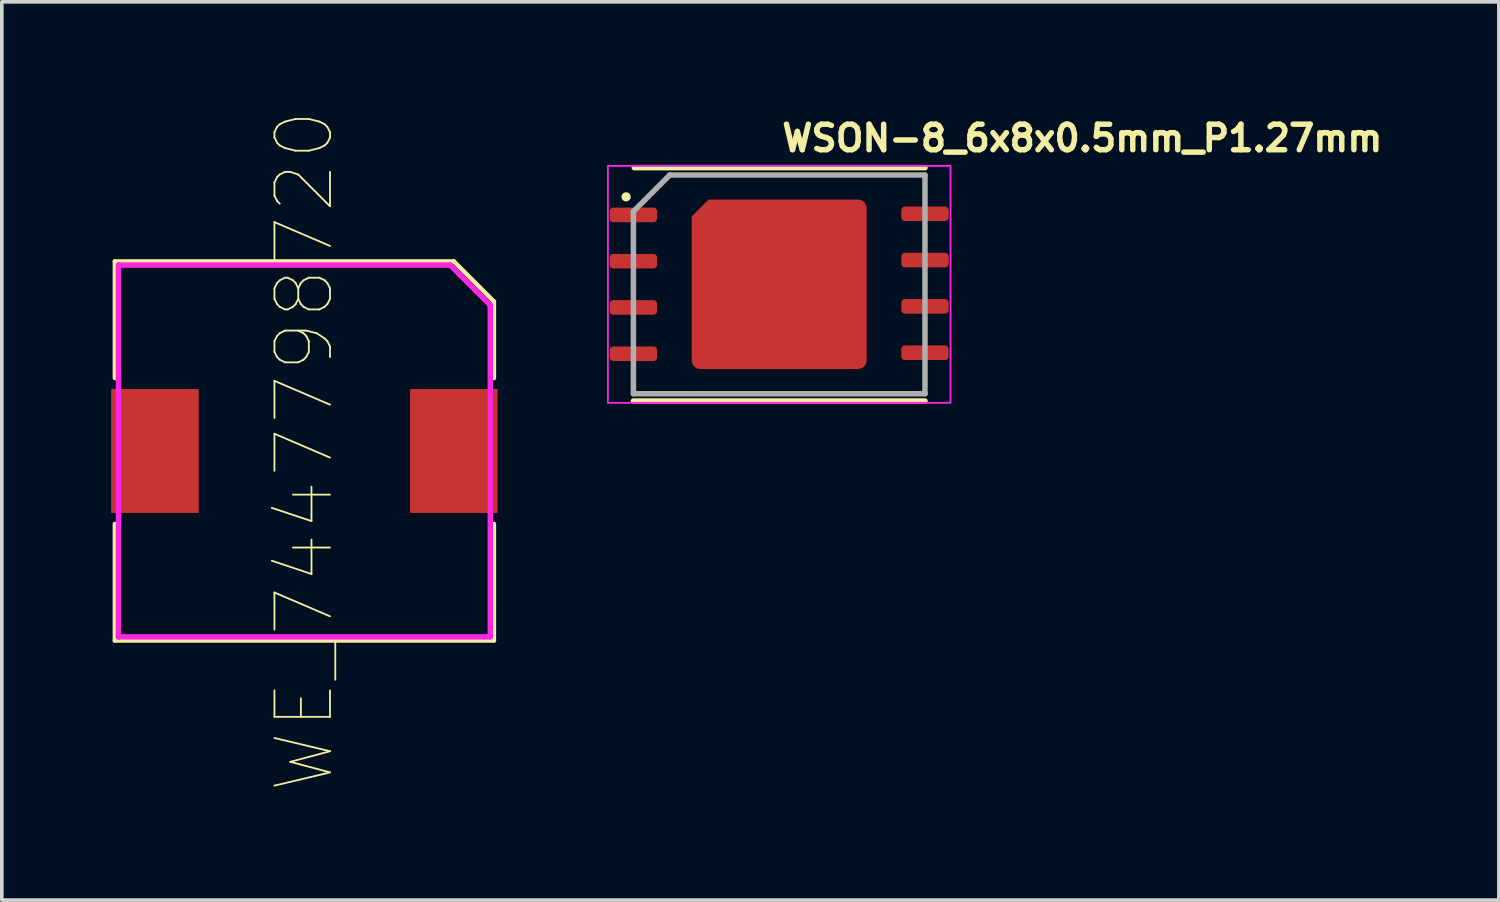
<source format=kicad_pcb>
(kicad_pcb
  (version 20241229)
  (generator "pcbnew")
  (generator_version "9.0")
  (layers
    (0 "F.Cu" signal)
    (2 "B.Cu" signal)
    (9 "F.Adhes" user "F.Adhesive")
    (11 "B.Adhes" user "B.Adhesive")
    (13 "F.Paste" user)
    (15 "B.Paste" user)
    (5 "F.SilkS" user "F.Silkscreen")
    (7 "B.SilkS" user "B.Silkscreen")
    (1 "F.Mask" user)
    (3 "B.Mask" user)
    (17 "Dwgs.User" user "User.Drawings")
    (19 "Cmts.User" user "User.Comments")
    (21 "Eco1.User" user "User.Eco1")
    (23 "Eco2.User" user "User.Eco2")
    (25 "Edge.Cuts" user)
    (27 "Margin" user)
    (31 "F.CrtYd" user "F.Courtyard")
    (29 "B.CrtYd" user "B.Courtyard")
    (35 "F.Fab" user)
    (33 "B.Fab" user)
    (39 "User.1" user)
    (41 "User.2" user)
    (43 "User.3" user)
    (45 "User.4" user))
  (footprint "WE_7447798720"
    (layer "F.Cu")
    (at 5.3 9.321)
    (property "Reference" "WE_7447798720" (at 0 0 90) (layer "F.SilkS") (effects (font (size 1.524 1.524) (thickness 0.05))))
    (attr smd)
    (fp_line (start -5.2 -5.2) (end 4.1 -5.2) (stroke (width 0.12) (type solid)) (layer "F.SilkS"))
    (fp_line (start -5.2 -2) (end -5.2 -5.2) (stroke (width 0.12) (type solid)) (layer "F.SilkS"))
    (fp_line (start -5.2 5.2) (end -5.2 2) (stroke (width 0.12) (type solid)) (layer "F.SilkS"))
    (fp_line (start 4.1 -5.2) (end 5.2 -4.1) (stroke (width 0.12) (type solid)) (layer "F.SilkS"))
    (fp_line (start 5.2 -4.1) (end 5.2 -2) (stroke (width 0.12) (type solid)) (layer "F.SilkS"))
    (fp_line (start 5.2 2) (end 5.2 4.2) (stroke (width 0.12) (type solid)) (layer "F.SilkS"))
    (fp_line (start 5.2 4.2) (end 5.2 5.2) (stroke (width 0.12) (type solid)) (layer "F.SilkS"))
    (fp_line (start 5.2 5.2) (end -5.2 5.2) (stroke (width 0.12) (type solid)) (layer "F.SilkS"))
    (fp_line (start -5.1 -5.1) (end -5.1 5.1) (stroke (width 0.15) (type solid)) (layer "F.CrtYd"))
    (fp_line (start -5.1 -5.1) (end 4 -5.1) (stroke (width 0.15) (type solid)) (layer "F.CrtYd"))
    (fp_line (start 5.1 -4) (end 4 -5.1) (stroke (width 0.15) (type solid)) (layer "F.CrtYd"))
    (fp_line (start 5.1 5.1) (end -5.1 5.1) (stroke (width 0.15) (type solid)) (layer "F.CrtYd"))
    (fp_line (start 5.1 5.1) (end 5.1 -4) (stroke (width 0.15) (type solid)) (layer "F.CrtYd"))
    (pad "1" smd rect (at -4.1 0 90) (size 3.4 2.4) (layers "F.Cu" "F.Mask" "F.Paste"))
    (pad "2" smd rect (at 4.1 0 90) (size 3.4 2.4) (layers "F.Cu" "F.Mask" "F.Paste")))
  (footprint "WSON-8_6x8x0.5mm_P1.27mm"
    (layer "F.Cu")
    (at 18.325 4.75)
    (property "Reference" "WSON-8_6x8x0.5mm_P1.27mm" (at 0 -3.6 0) (layer "F.SilkS") (effects (font (size 0.7 0.7) (thickness 0.15)) (justify left bottom)))
    (attr smd)
    (fp_line (start 4 -3.2) (end -3.975 -3.2) (stroke (width 0.15) (type solid)) (layer "F.SilkS"))
    (fp_line (start 4 3.2) (end -3.999 3.2) (stroke (width 0.15) (type solid)) (layer "F.SilkS"))
    (fp_circle (center -4.2 -2.4) (end -4.149 -2.4) (stroke (width 0.15) (type solid)) (fill yes) (layer "F.SilkS"))
    (fp_rect (start -4.7 -3.25) (end 4.7 3.25) (stroke (width 0.05) (type solid)) (fill no) (layer "F.CrtYd"))
    (fp_line (start -3.999 3.001) (end -3.999 -2) (stroke (width 0.15) (type solid)) (layer "F.Fab"))
    (fp_line (start -3.002 -2.999) (end -3.999 -2) (stroke (width 0.15) (type solid)) (layer "F.Fab"))
    (fp_line (start -3.002 -2.999) (end 3.999 -2.999) (stroke (width 0.15) (type solid)) (layer "F.Fab"))
    (fp_line (start 3.999 -2.999) (end 3.999 3.001) (stroke (width 0.15) (type solid)) (layer "F.Fab"))
    (fp_line (start 3.999 3.001) (end -3.999 3.001) (stroke (width 0.15) (type solid)) (layer "F.Fab"))
    (fp_rect (start -3.999 -2.998) (end 3.999 2.998) (stroke (width 0.1) (type solid)) (fill no) (layer "User.5"))
    (fp_line (start -3.999 -1.675) (end -3.999 -2.135) (stroke (width 0.02) (type solid)) (layer "User.9"))
    (fp_line (start -3.999 -1.675) (end -3.95 -1.675) (stroke (width 0.02) (type solid)) (layer "User.9"))
    (fp_line (start -3.999 -0.406) (end -3.999 -0.865) (stroke (width 0.02) (type solid)) (layer "User.9"))
    (fp_line (start -3.999 -0.406) (end -3.95 -0.406) (stroke (width 0.02) (type solid)) (layer "User.9"))
    (fp_line (start -3.999 0.865) (end -3.999 0.406) (stroke (width 0.02) (type solid)) (layer "User.9"))
    (fp_line (start -3.999 0.865) (end -3.95 0.865) (stroke (width 0.02) (type solid)) (layer "User.9"))
    (fp_line (start -3.999 2.134) (end -3.999 1.675) (stroke (width 0.02) (type solid)) (layer "User.9"))
    (fp_line (start -3.999 2.134) (end -3.95 2.134) (stroke (width 0.02) (type solid)) (layer "User.9"))
    (fp_line (start -3.95 -2.998) (end -3.95 2.998) (stroke (width 0.02) (type solid)) (layer "User.9"))
    (fp_line (start -3.95 -2.135) (end -3.999 -2.135) (stroke (width 0.02) (type solid)) (layer "User.9"))
    (fp_line (start -3.95 -0.865) (end -3.999 -0.865) (stroke (width 0.02) (type solid)) (layer "User.9"))
    (fp_line (start -3.95 0.406) (end -3.999 0.406) (stroke (width 0.02) (type solid)) (layer "User.9"))
    (fp_line (start -3.95 1.675) (end -3.999 1.675) (stroke (width 0.02) (type solid)) (layer "User.9"))
    (fp_line (start -3.95 2.998) (end 3.95 2.998) (stroke (width 0.02) (type solid)) (layer "User.9"))
    (fp_line (start -3.357 -1.915) (end -3.357 -1.905) (stroke (width 0.02) (type solid)) (layer "User.9"))
    (fp_line (start -3.357 -1.905) (end -3.357 -1.905) (stroke (width 0.02) (type solid)) (layer "User.9"))
    (fp_line (start -3.357 -1.905) (end -3.357 -1.895) (stroke (width 0.02) (type solid)) (layer "User.9"))
    (fp_line (start -3.357 -1.895) (end -3.357 -1.885) (stroke (width 0.02) (type solid)) (layer "User.9"))
    (fp_line (start -3.357 -1.927) (end -3.357 -1.915) (stroke (width 0.02) (type solid)) (layer "User.9"))
    (fp_line (start -3.357 -1.885) (end -3.356 -1.875) (stroke (width 0.02) (type solid)) (layer "User.9"))
    (fp_line (start -3.356 -1.935) (end -3.357 -1.927) (stroke (width 0.02) (type solid)) (layer "User.9"))
    (fp_line (start -3.356 -1.875) (end -3.353 -1.867) (stroke (width 0.02) (type solid)) (layer "User.9"))
    (fp_line (start -3.353 -1.944) (end -3.356 -1.935) (stroke (width 0.02) (type solid)) (layer "User.9"))
    (fp_line (start -3.353 -1.867) (end -3.352 -1.855) (stroke (width 0.02) (type solid)) (layer "User.9"))
    (fp_line (start -3.352 -1.956) (end -3.353 -1.944) (stroke (width 0.02) (type solid)) (layer "User.9"))
    (fp_line (start -3.352 -1.855) (end -3.349 -1.847) (stroke (width 0.02) (type solid)) (layer "User.9"))
    (fp_line (start -3.349 -1.964) (end -3.352 -1.956) (stroke (width 0.02) (type solid)) (layer "User.9"))
    (fp_line (start -3.349 -1.847) (end -3.345 -1.837) (stroke (width 0.02) (type solid)) (layer "User.9"))
    (fp_line (start -3.345 -1.974) (end -3.349 -1.964) (stroke (width 0.02) (type solid)) (layer "User.9"))
    (fp_line (start -3.345 -1.837) (end -3.341 -1.829) (stroke (width 0.02) (type solid)) (layer "User.9"))
    (fp_line (start -3.341 -1.982) (end -3.345 -1.974) (stroke (width 0.02) (type solid)) (layer "User.9"))
    (fp_line (start -3.341 -1.829) (end -3.338 -1.819) (stroke (width 0.02) (type solid)) (layer "User.9"))
    (fp_line (start -3.338 -1.992) (end -3.341 -1.982) (stroke (width 0.02) (type solid)) (layer "User.9"))
    (fp_line (start -3.338 -1.819) (end -3.333 -1.812) (stroke (width 0.02) (type solid)) (layer "User.9"))
    (fp_line (start -3.333 -2) (end -3.338 -1.992) (stroke (width 0.02) (type solid)) (layer "User.9"))
    (fp_line (start -3.333 -1.812) (end -3.329 -1.802) (stroke (width 0.02) (type solid)) (layer "User.9"))
    (fp_line (start -3.329 -2.009) (end -3.333 -2) (stroke (width 0.02) (type solid)) (layer "User.9"))
    (fp_line (start -3.329 -1.802) (end -3.324 -1.796) (stroke (width 0.02) (type solid)) (layer "User.9"))
    (fp_line (start -3.324 -2.015) (end -3.329 -2.009) (stroke (width 0.02) (type solid)) (layer "User.9"))
    (fp_line (start -3.324 -1.796) (end -3.318 -1.786) (stroke (width 0.02) (type solid)) (layer "User.9"))
    (fp_line (start -3.318 -2.025) (end -3.324 -2.015) (stroke (width 0.02) (type solid)) (layer "User.9"))
    (fp_line (start -3.318 -1.786) (end -3.312 -1.78) (stroke (width 0.02) (type solid)) (layer "User.9"))
    (fp_line (start -3.312 -2.03) (end -3.318 -2.025) (stroke (width 0.02) (type solid)) (layer "User.9"))
    (fp_line (start -3.312 -1.78) (end -3.307 -1.772) (stroke (width 0.02) (type solid)) (layer "User.9"))
    (fp_line (start -3.307 -2.038) (end -3.312 -2.03) (stroke (width 0.02) (type solid)) (layer "User.9"))
    (fp_line (start -3.307 -1.772) (end -3.3 -1.766) (stroke (width 0.02) (type solid)) (layer "User.9"))
    (fp_line (start -3.3 -2.046) (end -3.307 -2.038) (stroke (width 0.02) (type solid)) (layer "User.9"))
    (fp_line (start -3.3 -1.766) (end -3.293 -1.76) (stroke (width 0.02) (type solid)) (layer "User.9"))
    (fp_line (start -3.293 -2.051) (end -3.3 -2.046) (stroke (width 0.02) (type solid)) (layer "User.9"))
    (fp_line (start -3.293 -1.76) (end -3.287 -1.754) (stroke (width 0.02) (type solid)) (layer "User.9"))
    (fp_line (start -3.287 -2.058) (end -3.293 -2.051) (stroke (width 0.02) (type solid)) (layer "User.9"))
    (fp_line (start -3.287 -1.754) (end -3.28 -1.748) (stroke (width 0.02) (type solid)) (layer "User.9"))
    (fp_line (start -3.28 -2.063) (end -3.287 -2.058) (stroke (width 0.02) (type solid)) (layer "User.9"))
    (fp_line (start -3.28 -1.748) (end -3.272 -1.742) (stroke (width 0.02) (type solid)) (layer "User.9"))
    (fp_line (start -3.272 -2.07) (end -3.28 -2.063) (stroke (width 0.02) (type solid)) (layer "User.9"))
    (fp_line (start -3.272 -1.742) (end -3.264 -1.736) (stroke (width 0.02) (type solid)) (layer "User.9"))
    (fp_line (start -3.264 -2.075) (end -3.272 -2.07) (stroke (width 0.02) (type solid)) (layer "User.9"))
    (fp_line (start -3.264 -1.736) (end -3.256 -1.732) (stroke (width 0.02) (type solid)) (layer "User.9"))
    (fp_line (start -3.256 -2.079) (end -3.264 -2.075) (stroke (width 0.02) (type solid)) (layer "User.9"))
    (fp_line (start -3.256 -1.732) (end -3.247 -1.728) (stroke (width 0.02) (type solid)) (layer "User.9"))
    (fp_line (start -3.247 -2.083) (end -3.256 -2.079) (stroke (width 0.02) (type solid)) (layer "User.9"))
    (fp_line (start -3.247 -1.728) (end -3.237 -1.724) (stroke (width 0.02) (type solid)) (layer "User.9"))
    (fp_line (start -3.237 -2.087) (end -3.247 -2.083) (stroke (width 0.02) (type solid)) (layer "User.9"))
    (fp_line (start -3.237 -1.724) (end -3.228 -1.72) (stroke (width 0.02) (type solid)) (layer "User.9"))
    (fp_line (start -3.228 -2.091) (end -3.237 -2.087) (stroke (width 0.02) (type solid)) (layer "User.9"))
    (fp_line (start -3.228 -1.72) (end -3.219 -1.718) (stroke (width 0.02) (type solid)) (layer "User.9"))
    (fp_line (start -3.219 -2.094) (end -3.228 -2.091) (stroke (width 0.02) (type solid)) (layer "User.9"))
    (fp_line (start -3.219 -1.718) (end -3.209 -1.714) (stroke (width 0.02) (type solid)) (layer "User.9"))
    (fp_line (start -3.209 -2.096) (end -3.219 -2.094) (stroke (width 0.02) (type solid)) (layer "User.9"))
    (fp_line (start -3.209 -1.714) (end -3.2 -1.712) (stroke (width 0.02) (type solid)) (layer "User.9"))
    (fp_line (start -3.2 -2.099) (end -3.209 -2.096) (stroke (width 0.02) (type solid)) (layer "User.9"))
    (fp_line (start -3.2 -1.712) (end -3.191 -1.71) (stroke (width 0.02) (type solid)) (layer "User.9"))
    (fp_line (start -3.191 -2.102) (end -3.2 -2.099) (stroke (width 0.02) (type solid)) (layer "User.9"))
    (fp_line (start -3.191 -1.71) (end -3.18 -1.708) (stroke (width 0.02) (type solid)) (layer "User.9"))
    (fp_line (start -3.18 -2.103) (end -3.191 -2.102) (stroke (width 0.02) (type solid)) (layer "User.9"))
    (fp_line (start -3.18 -1.708) (end -3.171 -1.708) (stroke (width 0.02) (type solid)) (layer "User.9"))
    (fp_line (start -3.171 -2.103) (end -3.18 -2.103) (stroke (width 0.02) (type solid)) (layer "User.9"))
    (fp_line (start -3.171 -1.708) (end -3.162 -1.708) (stroke (width 0.02) (type solid)) (layer "User.9"))
    (fp_line (start -3.162 -2.103) (end -3.171 -2.103) (stroke (width 0.02) (type solid)) (layer "User.9"))
    (fp_line (start -3.162 -2.103) (end -3.162 -2.103) (stroke (width 0.02) (type solid)) (layer "User.9"))
    (fp_line (start -3.162 -1.708) (end -3.162 -1.708) (stroke (width 0.02) (type solid)) (layer "User.9"))
    (fp_line (start -3.162 -1.708) (end -3.151 -1.708) (stroke (width 0.02) (type solid)) (layer "User.9"))
    (fp_line (start -3.151 -2.103) (end -3.162 -2.103) (stroke (width 0.02) (type solid)) (layer "User.9"))
    (fp_line (start -3.151 -1.708) (end -3.14 -1.708) (stroke (width 0.02) (type solid)) (layer "User.9"))
    (fp_line (start -3.14 -2.103) (end -3.151 -2.103) (stroke (width 0.02) (type solid)) (layer "User.9"))
    (fp_line (start -3.14 -1.708) (end -3.131 -1.71) (stroke (width 0.02) (type solid)) (layer "User.9"))
    (fp_line (start -3.131 -2.102) (end -3.14 -2.103) (stroke (width 0.02) (type solid)) (layer "User.9"))
    (fp_line (start -3.131 -1.71) (end -3.122 -1.712) (stroke (width 0.02) (type solid)) (layer "User.9"))
    (fp_line (start -3.122 -2.099) (end -3.131 -2.102) (stroke (width 0.02) (type solid)) (layer "User.9"))
    (fp_line (start -3.122 -1.712) (end -3.111 -1.714) (stroke (width 0.02) (type solid)) (layer "User.9"))
    (fp_line (start -3.111 -2.096) (end -3.122 -2.099) (stroke (width 0.02) (type solid)) (layer "User.9"))
    (fp_line (start -3.111 -1.714) (end -3.102 -1.718) (stroke (width 0.02) (type solid)) (layer "User.9"))
    (fp_line (start -3.102 -2.094) (end -3.111 -2.096) (stroke (width 0.02) (type solid)) (layer "User.9"))
    (fp_line (start -3.102 -1.718) (end -3.092 -1.72) (stroke (width 0.02) (type solid)) (layer "User.9"))
    (fp_line (start -3.092 -2.091) (end -3.102 -2.094) (stroke (width 0.02) (type solid)) (layer "User.9"))
    (fp_line (start -3.092 -1.72) (end -3.083 -1.724) (stroke (width 0.02) (type solid)) (layer "User.9"))
    (fp_line (start -3.083 -2.087) (end -3.092 -2.091) (stroke (width 0.02) (type solid)) (layer "User.9"))
    (fp_line (start -3.083 -1.724) (end -3.075 -1.728) (stroke (width 0.02) (type solid)) (layer "User.9"))
    (fp_line (start -3.075 -2.083) (end -3.083 -2.087) (stroke (width 0.02) (type solid)) (layer "User.9"))
    (fp_line (start -3.075 -1.728) (end -3.066 -1.732) (stroke (width 0.02) (type solid)) (layer "User.9"))
    (fp_line (start -3.066 -2.079) (end -3.075 -2.083) (stroke (width 0.02) (type solid)) (layer "User.9"))
    (fp_line (start -3.066 -1.732) (end -3.058 -1.736) (stroke (width 0.02) (type solid)) (layer "User.9"))
    (fp_line (start -3.058 -2.075) (end -3.066 -2.079) (stroke (width 0.02) (type solid)) (layer "User.9"))
    (fp_line (start -3.058 -1.736) (end -3.05 -1.742) (stroke (width 0.02) (type solid)) (layer "User.9"))
    (fp_line (start -3.05 -2.07) (end -3.058 -2.075) (stroke (width 0.02) (type solid)) (layer "User.9"))
    (fp_line (start -3.05 -1.742) (end -3.042 -1.748) (stroke (width 0.02) (type solid)) (layer "User.9"))
    (fp_line (start -3.042 -2.063) (end -3.05 -2.07) (stroke (width 0.02) (type solid)) (layer "User.9"))
    (fp_line (start -3.042 -1.748) (end -3.035 -1.754) (stroke (width 0.02) (type solid)) (layer "User.9"))
    (fp_line (start -3.035 -2.058) (end -3.042 -2.063) (stroke (width 0.02) (type solid)) (layer "User.9"))
    (fp_line (start -3.035 -1.754) (end -3.029 -1.76) (stroke (width 0.02) (type solid)) (layer "User.9"))
    (fp_line (start -3.029 -2.051) (end -3.035 -2.058) (stroke (width 0.02) (type solid)) (layer "User.9"))
    (fp_line (start -3.029 -1.76) (end -3.022 -1.766) (stroke (width 0.02) (type solid)) (layer "User.9"))
    (fp_line (start -3.022 -2.046) (end -3.029 -2.051) (stroke (width 0.02) (type solid)) (layer "User.9"))
    (fp_line (start -3.022 -1.766) (end -3.014 -1.772) (stroke (width 0.02) (type solid)) (layer "User.9"))
    (fp_line (start -3.014 -2.038) (end -3.022 -2.046) (stroke (width 0.02) (type solid)) (layer "User.9"))
    (fp_line (start -3.014 -1.772) (end -3.009 -1.78) (stroke (width 0.02) (type solid)) (layer "User.9"))
    (fp_line (start -3.009 -2.03) (end -3.014 -2.038) (stroke (width 0.02) (type solid)) (layer "User.9"))
    (fp_line (start -3.009 -1.78) (end -3.002 -1.786) (stroke (width 0.02) (type solid)) (layer "User.9"))
    (fp_line (start -3.002 -2.025) (end -3.009 -2.03) (stroke (width 0.02) (type solid)) (layer "User.9"))
    (fp_line (start -3.002 -1.786) (end -2.997 -1.796) (stroke (width 0.02) (type solid)) (layer "User.9"))
    (fp_line (start -2.997 -2.015) (end -3.002 -2.025) (stroke (width 0.02) (type solid)) (layer "User.9"))
    (fp_line (start -2.997 -1.796) (end -2.993 -1.802) (stroke (width 0.02) (type solid)) (layer "User.9"))
    (fp_line (start -2.993 -2.009) (end -2.997 -2.015) (stroke (width 0.02) (type solid)) (layer "User.9"))
    (fp_line (start -2.993 -1.802) (end -2.986 -1.812) (stroke (width 0.02) (type solid)) (layer "User.9"))
    (fp_line (start -2.986 -2) (end -2.993 -2.009) (stroke (width 0.02) (type solid)) (layer "User.9"))
    (fp_line (start -2.986 -1.812) (end -2.982 -1.819) (stroke (width 0.02) (type solid)) (layer "User.9"))
    (fp_line (start -2.982 -1.992) (end -2.986 -2) (stroke (width 0.02) (type solid)) (layer "User.9"))
    (fp_line (start -2.982 -1.819) (end -2.978 -1.829) (stroke (width 0.02) (type solid)) (layer "User.9"))
    (fp_line (start -2.978 -1.982) (end -2.982 -1.992) (stroke (width 0.02) (type solid)) (layer "User.9"))
    (fp_line (start -2.978 -1.829) (end -2.975 -1.837) (stroke (width 0.02) (type solid)) (layer "User.9"))
    (fp_line (start -2.975 -1.974) (end -2.978 -1.982) (stroke (width 0.02) (type solid)) (layer "User.9"))
    (fp_line (start -2.975 -1.837) (end -2.971 -1.847) (stroke (width 0.02) (type solid)) (layer "User.9"))
    (fp_line (start -2.971 -1.964) (end -2.975 -1.974) (stroke (width 0.02) (type solid)) (layer "User.9"))
    (fp_line (start -2.971 -1.847) (end -2.97 -1.855) (stroke (width 0.02) (type solid)) (layer "User.9"))
    (fp_line (start -2.97 -1.956) (end -2.971 -1.964) (stroke (width 0.02) (type solid)) (layer "User.9"))
    (fp_line (start -2.97 -1.855) (end -2.967 -1.867) (stroke (width 0.02) (type solid)) (layer "User.9"))
    (fp_line (start -2.967 -1.944) (end -2.97 -1.956) (stroke (width 0.02) (type solid)) (layer "User.9"))
    (fp_line (start -2.967 -1.867) (end -2.966 -1.875) (stroke (width 0.02) (type solid)) (layer "User.9"))
    (fp_line (start -2.966 -1.935) (end -2.967 -1.944) (stroke (width 0.02) (type solid)) (layer "User.9"))
    (fp_line (start -2.966 -1.875) (end -2.963 -1.885) (stroke (width 0.02) (type solid)) (layer "User.9"))
    (fp_line (start -2.963 -1.927) (end -2.966 -1.935) (stroke (width 0.02) (type solid)) (layer "User.9"))
    (fp_line (start -2.963 -1.915) (end -2.963 -1.927) (stroke (width 0.02) (type solid)) (layer "User.9"))
    (fp_line (start -2.963 -1.905) (end -2.963 -1.915) (stroke (width 0.02) (type solid)) (layer "User.9"))
    (fp_line (start -2.963 -1.905) (end -2.963 -1.905) (stroke (width 0.02) (type solid)) (layer "User.9"))
    (fp_line (start -2.963 -1.905) (end -2.963 -1.905) (stroke (width 0.02) (type solid)) (layer "User.9"))
    (fp_line (start -2.963 -1.895) (end -2.963 -1.905) (stroke (width 0.02) (type solid)) (layer "User.9"))
    (fp_line (start -2.963 -1.885) (end -2.963 -1.895) (stroke (width 0.02) (type solid)) (layer "User.9"))
    (fp_line (start 3.95 -2.998) (end -3.95 -2.998) (stroke (width 0.02) (type solid)) (layer "User.9"))
    (fp_line (start 3.95 -1.675) (end 3.999 -1.675) (stroke (width 0.02) (type solid)) (layer "User.9"))
    (fp_line (start 3.95 -0.406) (end 3.999 -0.406) (stroke (width 0.02) (type solid)) (layer "User.9"))
    (fp_line (start 3.95 0.865) (end 3.999 0.865) (stroke (width 0.02) (type solid)) (layer "User.9"))
    (fp_line (start 3.95 2.134) (end 3.999 2.134) (stroke (width 0.02) (type solid)) (layer "User.9"))
    (fp_line (start 3.95 2.998) (end 3.95 -2.998) (stroke (width 0.02) (type solid)) (layer "User.9"))
    (fp_line (start 3.999 -2.135) (end 3.95 -2.135) (stroke (width 0.02) (type solid)) (layer "User.9"))
    (fp_line (start 3.999 -2.135) (end 3.999 -1.675) (stroke (width 0.02) (type solid)) (layer "User.9"))
    (fp_line (start 3.999 -0.865) (end 3.95 -0.865) (stroke (width 0.02) (type solid)) (layer "User.9"))
    (fp_line (start 3.999 -0.865) (end 3.999 -0.406) (stroke (width 0.02) (type solid)) (layer "User.9"))
    (fp_line (start 3.999 0.406) (end 3.95 0.406) (stroke (width 0.02) (type solid)) (layer "User.9"))
    (fp_line (start 3.999 0.406) (end 3.999 0.865) (stroke (width 0.02) (type solid)) (layer "User.9"))
    (fp_line (start 3.999 1.675) (end 3.95 1.675) (stroke (width 0.02) (type solid)) (layer "User.9"))
    (fp_line (start 3.999 1.675) (end 3.999 2.134) (stroke (width 0.02) (type solid)) (layer "User.9"))
    (pad "1" smd roundrect (at -3.999 -1.905 270) (size 0.4 1.3) (layers "F.Cu" "F.Mask" "F.Paste") (roundrect_rratio 0.25))
    (pad "2" smd roundrect (at -3.999 -0.635 270) (size 0.4 1.3) (layers "F.Cu" "F.Mask" "F.Paste") (roundrect_rratio 0.25))
    (pad "3" smd roundrect (at -3.999 0.634 270) (size 0.4 1.3) (layers "F.Cu" "F.Mask" "F.Paste") (roundrect_rratio 0.25))
    (pad "4" smd roundrect (at -3.999 1.905 270) (size 0.4 1.3) (layers "F.Cu" "F.Mask" "F.Paste") (roundrect_rratio 0.25))
    (pad "5" smd roundrect (at 3.999 1.875 270) (size 0.4 1.3) (layers "F.Cu" "F.Mask" "F.Paste") (roundrect_rratio 0.25))
    (pad "6" smd roundrect (at 3.999 0.604 270) (size 0.4 1.3) (layers "F.Cu" "F.Mask" "F.Paste") (roundrect_rratio 0.25))
    (pad "7" smd roundrect (at 3.999 -0.665 270) (size 0.4 1.3) (layers "F.Cu" "F.Mask" "F.Paste") (roundrect_rratio 0.25))
    (pad "8" smd roundrect (at 3.999 -1.935 270) (size 0.4 1.3) (layers "F.Cu" "F.Mask" "F.Paste") (roundrect_rratio 0.25))
    (pad "9" smd roundrect (at -0.001 -0.001) (size 4.8 4.65) (layers "F.Cu" "F.Mask" "F.Paste") (roundrect_rratio 0.05) (chamfer_ratio 0.1) (chamfer top_left)))
  (gr_rect
    (start -3 -3)
    (end 38.068 21.641)
    (stroke (width 0.1) (type default))
    (fill no)
    (layer "Edge.Cuts")))
</source>
